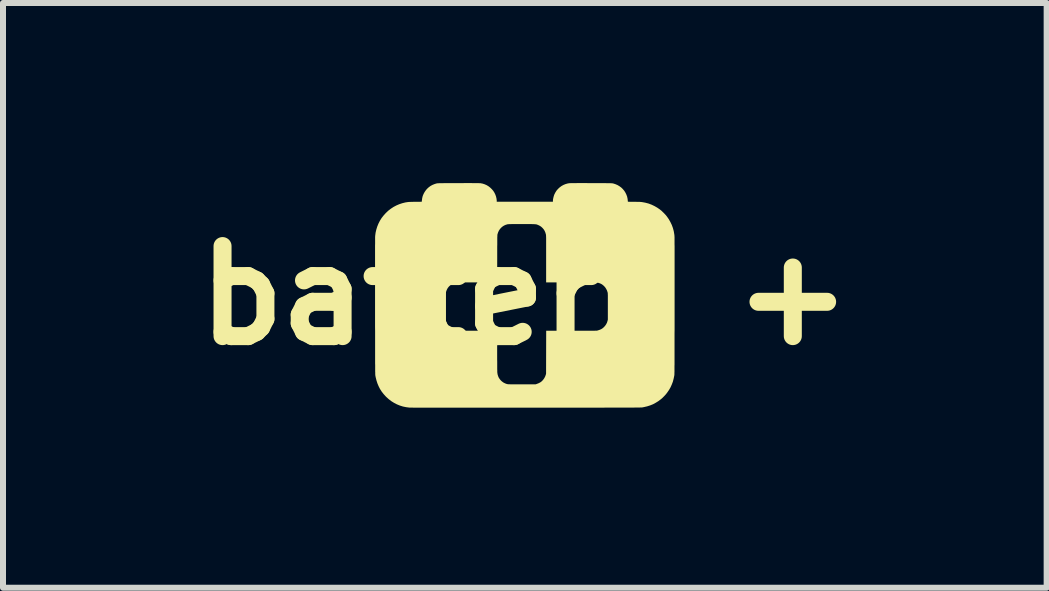
<source format=kicad_pcb>
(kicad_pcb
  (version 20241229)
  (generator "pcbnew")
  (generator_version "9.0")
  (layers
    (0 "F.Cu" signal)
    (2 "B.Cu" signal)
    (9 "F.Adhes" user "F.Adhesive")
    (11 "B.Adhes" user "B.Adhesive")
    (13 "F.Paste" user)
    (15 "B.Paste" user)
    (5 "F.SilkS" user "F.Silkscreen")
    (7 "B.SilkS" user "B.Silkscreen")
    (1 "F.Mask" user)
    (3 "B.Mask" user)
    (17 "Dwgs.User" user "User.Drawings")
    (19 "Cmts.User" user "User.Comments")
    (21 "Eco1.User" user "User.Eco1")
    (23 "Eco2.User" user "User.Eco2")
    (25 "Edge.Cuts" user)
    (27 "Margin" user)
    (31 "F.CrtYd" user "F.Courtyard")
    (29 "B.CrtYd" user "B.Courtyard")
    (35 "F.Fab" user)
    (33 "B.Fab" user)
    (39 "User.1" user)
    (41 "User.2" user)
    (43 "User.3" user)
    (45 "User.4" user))
  (footprint "battery +"
    (layer "F.Cu")
    (at 5.693 1.871)
    (property "Reference" "battery +" (at 0 0 0) (layer "F.SilkS") (effects (font (size 1.5 1.5) (thickness 0.3))))
    (attr board_only exclude_from_pos_files exclude_from_bom)
    (fp_poly (pts (xy 0.982 -1.871) (xy 1.028 -1.871) (xy 1.078 -1.87) (xy 1.106 -1.87) (xy 1.153 -1.87) (xy 1.196 -1.87) (xy 1.234 -1.87) (xy 1.268 -1.87) (xy 1.299 -1.87) (xy 1.326 -1.87) (xy 1.349 -1.87) (xy 1.37 -1.869) (xy 1.388 -1.869) (xy 1.404 -1.869) (xy 1.417 -1.869) (xy 1.428 -1.869) (xy 1.437 -1.868) (xy 1.444 -1.868) (xy 1.45 -1.868) (xy 1.455 -1.867) (xy 1.459 -1.867) (xy 1.463 -1.866) (xy 1.466 -1.866) (xy 1.469 -1.865) (xy 1.471 -1.865) (xy 1.509 -1.853) (xy 1.544 -1.838) (xy 1.576 -1.819) (xy 1.606 -1.797) (xy 1.629 -1.775) (xy 1.654 -1.746) (xy 1.674 -1.715) (xy 1.691 -1.681) (xy 1.704 -1.646) (xy 1.712 -1.608) (xy 1.715 -1.579) (xy 1.717 -1.56) (xy 1.823 -1.559) (xy 1.851 -1.559) (xy 1.874 -1.558) (xy 1.894 -1.558) (xy 1.911 -1.558) (xy 1.925 -1.557) (xy 1.936 -1.556) (xy 1.946 -1.555) (xy 1.954 -1.554) (xy 1.955 -1.554) (xy 2.009 -1.544) (xy 2.062 -1.53) (xy 2.112 -1.511) (xy 2.16 -1.488) (xy 2.207 -1.461) (xy 2.252 -1.43) (xy 2.261 -1.422) (xy 2.278 -1.409) (xy 2.295 -1.392) (xy 2.314 -1.374) (xy 2.332 -1.355) (xy 2.349 -1.337) (xy 2.363 -1.319) (xy 2.368 -1.313) (xy 2.399 -1.268) (xy 2.426 -1.22) (xy 2.449 -1.172) (xy 2.467 -1.122) (xy 2.481 -1.07) (xy 2.49 -1.017) (xy 2.493 -0.992) (xy 2.493 -0.988) (xy 2.493 -0.981) (xy 2.494 -0.971) (xy 2.494 -0.959) (xy 2.494 -0.943) (xy 2.494 -0.925) (xy 2.494 -0.903) (xy 2.494 -0.878) (xy 2.494 -0.849) (xy 2.495 -0.818) (xy 2.495 -0.782) (xy 2.495 -0.743) (xy 2.495 -0.701) (xy 2.495 -0.655) (xy 2.495 -0.605) (xy 2.495 -0.551) (xy 2.495 -0.493) (xy 2.495 -0.431) (xy 2.495 -0.365) (xy 2.495 -0.295) (xy 2.495 -0.22) (xy 2.495 -0.142) (xy 2.495 -0.058) (xy 2.495 0.029) (xy 2.495 0.121) (xy 2.495 0.174) (xy 2.495 0.262) (xy 2.495 0.344) (xy 2.495 0.423) (xy 2.495 0.497) (xy 2.495 0.566) (xy 2.494 0.632) (xy 2.494 0.694) (xy 2.494 0.752) (xy 2.494 0.806) (xy 2.494 0.857) (xy 2.494 0.905) (xy 2.494 0.949) (xy 2.494 0.99) (xy 2.494 1.027) (xy 2.494 1.062) (xy 2.494 1.094) (xy 2.494 1.124) (xy 2.494 1.15) (xy 2.493 1.175) (xy 2.493 1.197) (xy 2.493 1.217) (xy 2.493 1.234) (xy 2.493 1.25) (xy 2.493 1.264) (xy 2.493 1.277) (xy 2.492 1.287) (xy 2.492 1.297) (xy 2.492 1.305) (xy 2.492 1.312) (xy 2.492 1.317) (xy 2.491 1.322) (xy 2.491 1.326) (xy 2.491 1.329) (xy 2.49 1.332) (xy 2.49 1.334) (xy 2.49 1.335) (xy 2.479 1.388) (xy 2.466 1.438) (xy 2.448 1.485) (xy 2.428 1.53) (xy 2.403 1.574) (xy 2.374 1.616) (xy 2.362 1.632) (xy 2.351 1.646) (xy 2.338 1.661) (xy 2.322 1.678) (xy 2.306 1.694) (xy 2.29 1.71) (xy 2.275 1.723) (xy 2.265 1.731) (xy 2.224 1.762) (xy 2.18 1.789) (xy 2.136 1.813) (xy 2.089 1.832) (xy 2.039 1.848) (xy 1.987 1.86) (xy 1.959 1.866) (xy 1.958 1.866) (xy 1.956 1.866) (xy 1.953 1.866) (xy 1.95 1.867) (xy 1.947 1.867) (xy 1.942 1.867) (xy 1.937 1.867) (xy 1.931 1.867) (xy 1.924 1.867) (xy 1.915 1.868) (xy 1.906 1.868) (xy 1.895 1.868) (xy 1.882 1.868) (xy 1.869 1.868) (xy 1.853 1.868) (xy 1.836 1.868) (xy 1.817 1.869) (xy 1.796 1.869) (xy 1.774 1.869) (xy 1.749 1.869) (xy 1.722 1.869) (xy 1.693 1.869) (xy 1.661 1.869) (xy 1.627 1.869) (xy 1.59 1.869) (xy 1.551 1.869) (xy 1.509 1.869) (xy 1.464 1.869) (xy 1.416 1.869) (xy 1.366 1.869) (xy 1.312 1.87) (xy 1.254 1.87) (xy 1.194 1.87) (xy 1.13 1.87) (xy 1.063 1.87) (xy 0.992 1.87) (xy 0.917 1.87) (xy 0.839 1.87) (xy 0.757 1.87) (xy 0.67 1.87) (xy 0.58 1.87) (xy 0.486 1.87) (xy 0.387 1.87) (xy 0.284 1.87) (xy 0.176 1.87) (xy 0.064 1.87) (xy 0.011 1.87) (xy -0.084 1.87) (xy -0.178 1.87) (xy -0.27 1.87) (xy -0.361 1.87) (xy -0.451 1.87) (xy -0.539 1.87) (xy -0.626 1.87) (xy -0.71 1.87) (xy -0.793 1.87) (xy -0.874 1.87) (xy -0.952 1.87) (xy -1.028 1.87) (xy -1.103 1.87) (xy -1.174 1.87) (xy -1.243 1.87) (xy -1.309 1.87) (xy -1.373 1.87) (xy -1.434 1.87) (xy -1.491 1.87) (xy -1.546 1.87) (xy -1.597 1.87) (xy -1.645 1.87) (xy -1.69 1.87) (xy -1.731 1.87) (xy -1.769 1.87) (xy -1.802 1.87) (xy -1.832 1.87) (xy -1.858 1.87) (xy -1.879 1.869) (xy -1.897 1.869) (xy -1.91 1.869) (xy -1.919 1.869) (xy -1.923 1.869) (xy -1.924 1.869) (xy -1.978 1.862) (xy -2.031 1.851) (xy -2.082 1.835) (xy -2.131 1.815) (xy -2.179 1.79) (xy -2.224 1.762) (xy -2.267 1.729) (xy -2.307 1.693) (xy -2.318 1.682) (xy -2.353 1.643) (xy -2.385 1.602) (xy -2.413 1.558) (xy -2.436 1.513) (xy -2.456 1.465) (xy -2.472 1.415) (xy -2.485 1.362) (xy -2.49 1.335) (xy -2.49 1.333) (xy -2.491 1.33) (xy -2.491 1.327) (xy -2.491 1.324) (xy -2.491 1.319) (xy -2.492 1.314) (xy -2.492 1.308) (xy -2.492 1.3) (xy -2.492 1.292) (xy -2.492 1.281) (xy -2.493 1.27) (xy -2.493 1.257) (xy -2.493 1.241) (xy -2.493 1.225) (xy -2.493 1.206) (xy -2.493 1.185) (xy -2.493 1.161) (xy -2.494 1.135) (xy -2.494 1.107) (xy -2.494 1.076) (xy -2.494 1.043) (xy -2.494 1.006) (xy -2.494 0.967) (xy -2.494 0.924) (xy -2.494 0.878) (xy -2.494 0.829) (xy -2.494 0.776) (xy -2.494 0.719) (xy -2.494 0.659) (xy -2.494 0.595) (xy -2.495 0.527) (xy -2.495 0.455) (xy -2.495 0.378) (xy -2.495 0.297) (xy -2.495 0.212) (xy -2.495 0.174) (xy -2.495 0.121) (xy -1.321 0.121) (xy -1.321 0.159) (xy -1.321 0.202) (xy -1.321 0.203) (xy -1.32 0.403) (xy -1.314 0.426) (xy -1.304 0.455) (xy -1.292 0.48) (xy -1.276 0.504) (xy -1.257 0.525) (xy -1.236 0.544) (xy -1.212 0.56) (xy -1.187 0.572) (xy -1.158 0.582) (xy -1.158 0.582) (xy -1.135 0.588) (xy -0.798 0.589) (xy -0.461 0.59) (xy -0.461 0.926) (xy -0.461 0.975) (xy -0.461 1.022) (xy -0.461 1.065) (xy -0.46 1.105) (xy -0.46 1.141) (xy -0.46 1.174) (xy -0.46 1.203) (xy -0.46 1.228) (xy -0.459 1.249) (xy -0.459 1.265) (xy -0.459 1.277) (xy -0.458 1.285) (xy -0.458 1.287) (xy -0.454 1.315) (xy -0.446 1.342) (xy -0.437 1.365) (xy -0.422 1.389) (xy -0.404 1.412) (xy -0.383 1.432) (xy -0.359 1.45) (xy -0.334 1.463) (xy -0.318 1.47) (xy -0.312 1.472) (xy -0.307 1.474) (xy -0.302 1.475) (xy -0.297 1.477) (xy -0.291 1.478) (xy -0.284 1.479) (xy -0.277 1.48) (xy -0.268 1.48) (xy -0.257 1.481) (xy -0.245 1.481) (xy -0.23 1.482) (xy -0.212 1.482) (xy -0.192 1.482) (xy -0.168 1.482) (xy -0.141 1.482) (xy -0.11 1.482) (xy -0.074 1.482) (xy -0.046 1.482) (xy 0.179 1.482) (xy 0.199 1.475) (xy 0.23 1.463) (xy 0.259 1.448) (xy 0.284 1.429) (xy 0.305 1.406) (xy 0.323 1.381) (xy 0.338 1.353) (xy 0.349 1.323) (xy 0.354 1.304) (xy 0.355 0.947) (xy 0.356 0.589) (xy 0.777 0.589) (xy 1.199 0.588) (xy 1.221 0.582) (xy 1.248 0.573) (xy 1.273 0.562) (xy 1.295 0.548) (xy 1.316 0.53) (xy 1.316 0.53) (xy 1.337 0.507) (xy 1.355 0.481) (xy 1.369 0.453) (xy 1.378 0.424) (xy 1.383 0.403) (xy 1.383 0.185) (xy 1.383 0.148) (xy 1.383 0.115) (xy 1.383 0.086) (xy 1.383 0.061) (xy 1.383 0.04) (xy 1.383 0.021) (xy 1.383 0.006) (xy 1.383 -0.007) (xy 1.382 -0.017) (xy 1.382 -0.026) (xy 1.382 -0.033) (xy 1.381 -0.038) (xy 1.381 -0.042) (xy 1.38 -0.046) (xy 1.379 -0.049) (xy 1.379 -0.05) (xy 1.369 -0.081) (xy 1.355 -0.109) (xy 1.338 -0.135) (xy 1.317 -0.158) (xy 1.293 -0.178) (xy 1.278 -0.188) (xy 1.262 -0.196) (xy 1.242 -0.204) (xy 1.222 -0.21) (xy 1.204 -0.214) (xy 1.199 -0.215) (xy 1.194 -0.215) (xy 1.185 -0.216) (xy 1.171 -0.216) (xy 1.152 -0.216) (xy 1.129 -0.217) (xy 1.102 -0.217) (xy 1.07 -0.217) (xy 1.033 -0.217) (xy 0.992 -0.217) (xy 0.947 -0.217) (xy 0.896 -0.217) (xy 0.841 -0.217) (xy 0.782 -0.217) (xy 0.768 -0.217) (xy 0.355 -0.217) (xy 0.355 -0.606) (xy 0.355 -0.656) (xy 0.355 -0.702) (xy 0.355 -0.743) (xy 0.355 -0.781) (xy 0.355 -0.814) (xy 0.355 -0.844) (xy 0.355 -0.871) (xy 0.355 -0.894) (xy 0.355 -0.915) (xy 0.355 -0.933) (xy 0.355 -0.948) (xy 0.355 -0.962) (xy 0.354 -0.973) (xy 0.354 -0.982) (xy 0.354 -0.99) (xy 0.353 -0.996) (xy 0.353 -1.002) (xy 0.353 -1.006) (xy 0.352 -1.01) (xy 0.352 -1.013) (xy 0.351 -1.016) (xy 0.351 -1.016) (xy 0.342 -1.047) (xy 0.33 -1.075) (xy 0.314 -1.101) (xy 0.294 -1.124) (xy 0.271 -1.145) (xy 0.246 -1.161) (xy 0.219 -1.174) (xy 0.213 -1.176) (xy 0.208 -1.178) (xy 0.203 -1.18) (xy 0.197 -1.182) (xy 0.192 -1.183) (xy 0.185 -1.184) (xy 0.177 -1.185) (xy 0.168 -1.186) (xy 0.158 -1.186) (xy 0.145 -1.187) (xy 0.13 -1.187) (xy 0.112 -1.188) (xy 0.092 -1.188) (xy 0.068 -1.188) (xy 0.041 -1.188) (xy 0.01 -1.188) (xy -0.025 -1.188) (xy -0.052 -1.188) (xy -0.09 -1.188) (xy -0.124 -1.188) (xy -0.154 -1.188) (xy -0.179 -1.188) (xy -0.202 -1.188) (xy -0.22 -1.188) (xy -0.236 -1.187) (xy -0.25 -1.187) (xy -0.26 -1.187) (xy -0.269 -1.186) (xy -0.276 -1.186) (xy -0.281 -1.186) (xy -0.285 -1.185) (xy -0.287 -1.185) (xy -0.318 -1.176) (xy -0.347 -1.163) (xy -0.373 -1.146) (xy -0.396 -1.126) (xy -0.416 -1.103) (xy -0.433 -1.077) (xy -0.446 -1.048) (xy -0.455 -1.019) (xy -0.456 -1.017) (xy -0.456 -1.014) (xy -0.457 -1.011) (xy -0.457 -1.007) (xy -0.457 -1.001) (xy -0.458 -0.995) (xy -0.458 -0.987) (xy -0.458 -0.977) (xy -0.459 -0.966) (xy -0.459 -0.952) (xy -0.459 -0.936) (xy -0.459 -0.918) (xy -0.459 -0.897) (xy -0.459 -0.873) (xy -0.459 -0.845) (xy -0.46 -0.814) (xy -0.46 -0.78) (xy -0.46 -0.742) (xy -0.46 -0.699) (xy -0.46 -0.653) (xy -0.46 -0.61) (xy -0.461 -0.218) (xy -0.8 -0.217) (xy -1.14 -0.216) (xy -1.159 -0.211) (xy -1.189 -0.2) (xy -1.217 -0.186) (xy -1.242 -0.168) (xy -1.265 -0.147) (xy -1.284 -0.123) (xy -1.297 -0.099) (xy -1.307 -0.075) (xy -1.315 -0.049) (xy -1.319 -0.022) (xy -1.32 -0.014) (xy -1.32 -0.002) (xy -1.32 0.014) (xy -1.321 0.034) (xy -1.321 0.059) (xy -1.321 0.088) (xy -1.321 0.121) (xy -2.495 0.121) (xy -2.495 0.08) (xy -2.495 -0.01) (xy -2.495 -0.096) (xy -2.495 -0.177) (xy -2.495 -0.254) (xy -2.495 -0.326) (xy -2.495 -0.394) (xy -2.495 -0.458) (xy -2.495 -0.518) (xy -2.495 -0.575) (xy -2.495 -0.627) (xy -2.495 -0.675) (xy -2.495 -0.719) (xy -2.495 -0.76) (xy -2.495 -0.798) (xy -2.495 -0.831) (xy -2.494 -0.862) (xy -2.494 -0.889) (xy -2.494 -0.912) (xy -2.494 -0.933) (xy -2.494 -0.95) (xy -2.494 -0.964) (xy -2.494 -0.976) (xy -2.493 -0.984) (xy -2.493 -0.989) (xy -2.493 -0.991) (xy -2.486 -1.045) (xy -2.474 -1.097) (xy -2.458 -1.148) (xy -2.438 -1.197) (xy -2.414 -1.244) (xy -2.386 -1.289) (xy -2.353 -1.331) (xy -2.317 -1.371) (xy -2.315 -1.373) (xy -2.275 -1.411) (xy -2.232 -1.444) (xy -2.188 -1.473) (xy -2.141 -1.498) (xy -2.092 -1.519) (xy -2.041 -1.536) (xy -1.988 -1.549) (xy -1.955 -1.554) (xy -1.947 -1.555) (xy -1.937 -1.556) (xy -1.926 -1.557) (xy -1.912 -1.557) (xy -1.896 -1.558) (xy -1.876 -1.558) (xy -1.852 -1.559) (xy -1.825 -1.559) (xy -1.823 -1.559) (xy -1.717 -1.56) (xy -1.715 -1.579) (xy -1.71 -1.619) (xy -1.701 -1.656) (xy -1.687 -1.69) (xy -1.669 -1.723) (xy -1.647 -1.754) (xy -1.629 -1.775) (xy -1.601 -1.801) (xy -1.571 -1.823) (xy -1.538 -1.841) (xy -1.503 -1.855) (xy -1.471 -1.865) (xy -1.468 -1.865) (xy -1.465 -1.866) (xy -1.462 -1.866) (xy -1.459 -1.867) (xy -1.455 -1.867) (xy -1.45 -1.868) (xy -1.443 -1.868) (xy -1.436 -1.868) (xy -1.426 -1.869) (xy -1.415 -1.869) (xy -1.402 -1.869) (xy -1.386 -1.869) (xy -1.368 -1.869) (xy -1.347 -1.87) (xy -1.323 -1.87) (xy -1.295 -1.87) (xy -1.264 -1.87) (xy -1.229 -1.87) (xy -1.191 -1.87) (xy -1.148 -1.87) (xy -1.106 -1.87) (xy -1.054 -1.87) (xy -1.006 -1.871) (xy -0.962 -1.871) (xy -0.923 -1.871) (xy -0.888 -1.871) (xy -0.857 -1.87) (xy -0.83 -1.87) (xy -0.807 -1.87) (xy -0.787 -1.87) (xy -0.771 -1.87) (xy -0.758 -1.869) (xy -0.748 -1.869) (xy -0.742 -1.869) (xy -0.74 -1.869) (xy -0.703 -1.862) (xy -0.669 -1.851) (xy -0.635 -1.836) (xy -0.604 -1.817) (xy -0.576 -1.795) (xy -0.55 -1.77) (xy -0.526 -1.742) (xy -0.507 -1.712) (xy -0.491 -1.679) (xy -0.479 -1.645) (xy -0.476 -1.63) (xy -0.472 -1.614) (xy -0.47 -1.597) (xy -0.468 -1.583) (xy -0.468 -1.573) (xy -0.468 -1.56) (xy 0 -1.56) (xy 0.468 -1.56) (xy 0.468 -1.573) (xy 0.469 -1.594) (xy 0.473 -1.617) (xy 0.479 -1.642) (xy 0.486 -1.666) (xy 0.493 -1.684) (xy 0.51 -1.717) (xy 0.53 -1.748) (xy 0.554 -1.775) (xy 0.581 -1.8) (xy 0.611 -1.822) (xy 0.643 -1.84) (xy 0.677 -1.854) (xy 0.712 -1.864) (xy 0.74 -1.869) (xy 0.745 -1.869) (xy 0.752 -1.869) (xy 0.764 -1.87) (xy 0.778 -1.87) (xy 0.796 -1.87) (xy 0.817 -1.87) (xy 0.842 -1.87) (xy 0.871 -1.871) (xy 0.904 -1.871) (xy 0.941 -1.871)) (stroke (width 0) (type solid)) (fill yes) (layer "F.SilkS")))
  (gr_rect
    (start -3 -3)
    (end 14.386 6.741)
    (stroke (width 0.1) (type default))
    (fill no)
    (layer "Edge.Cuts")))
</source>
